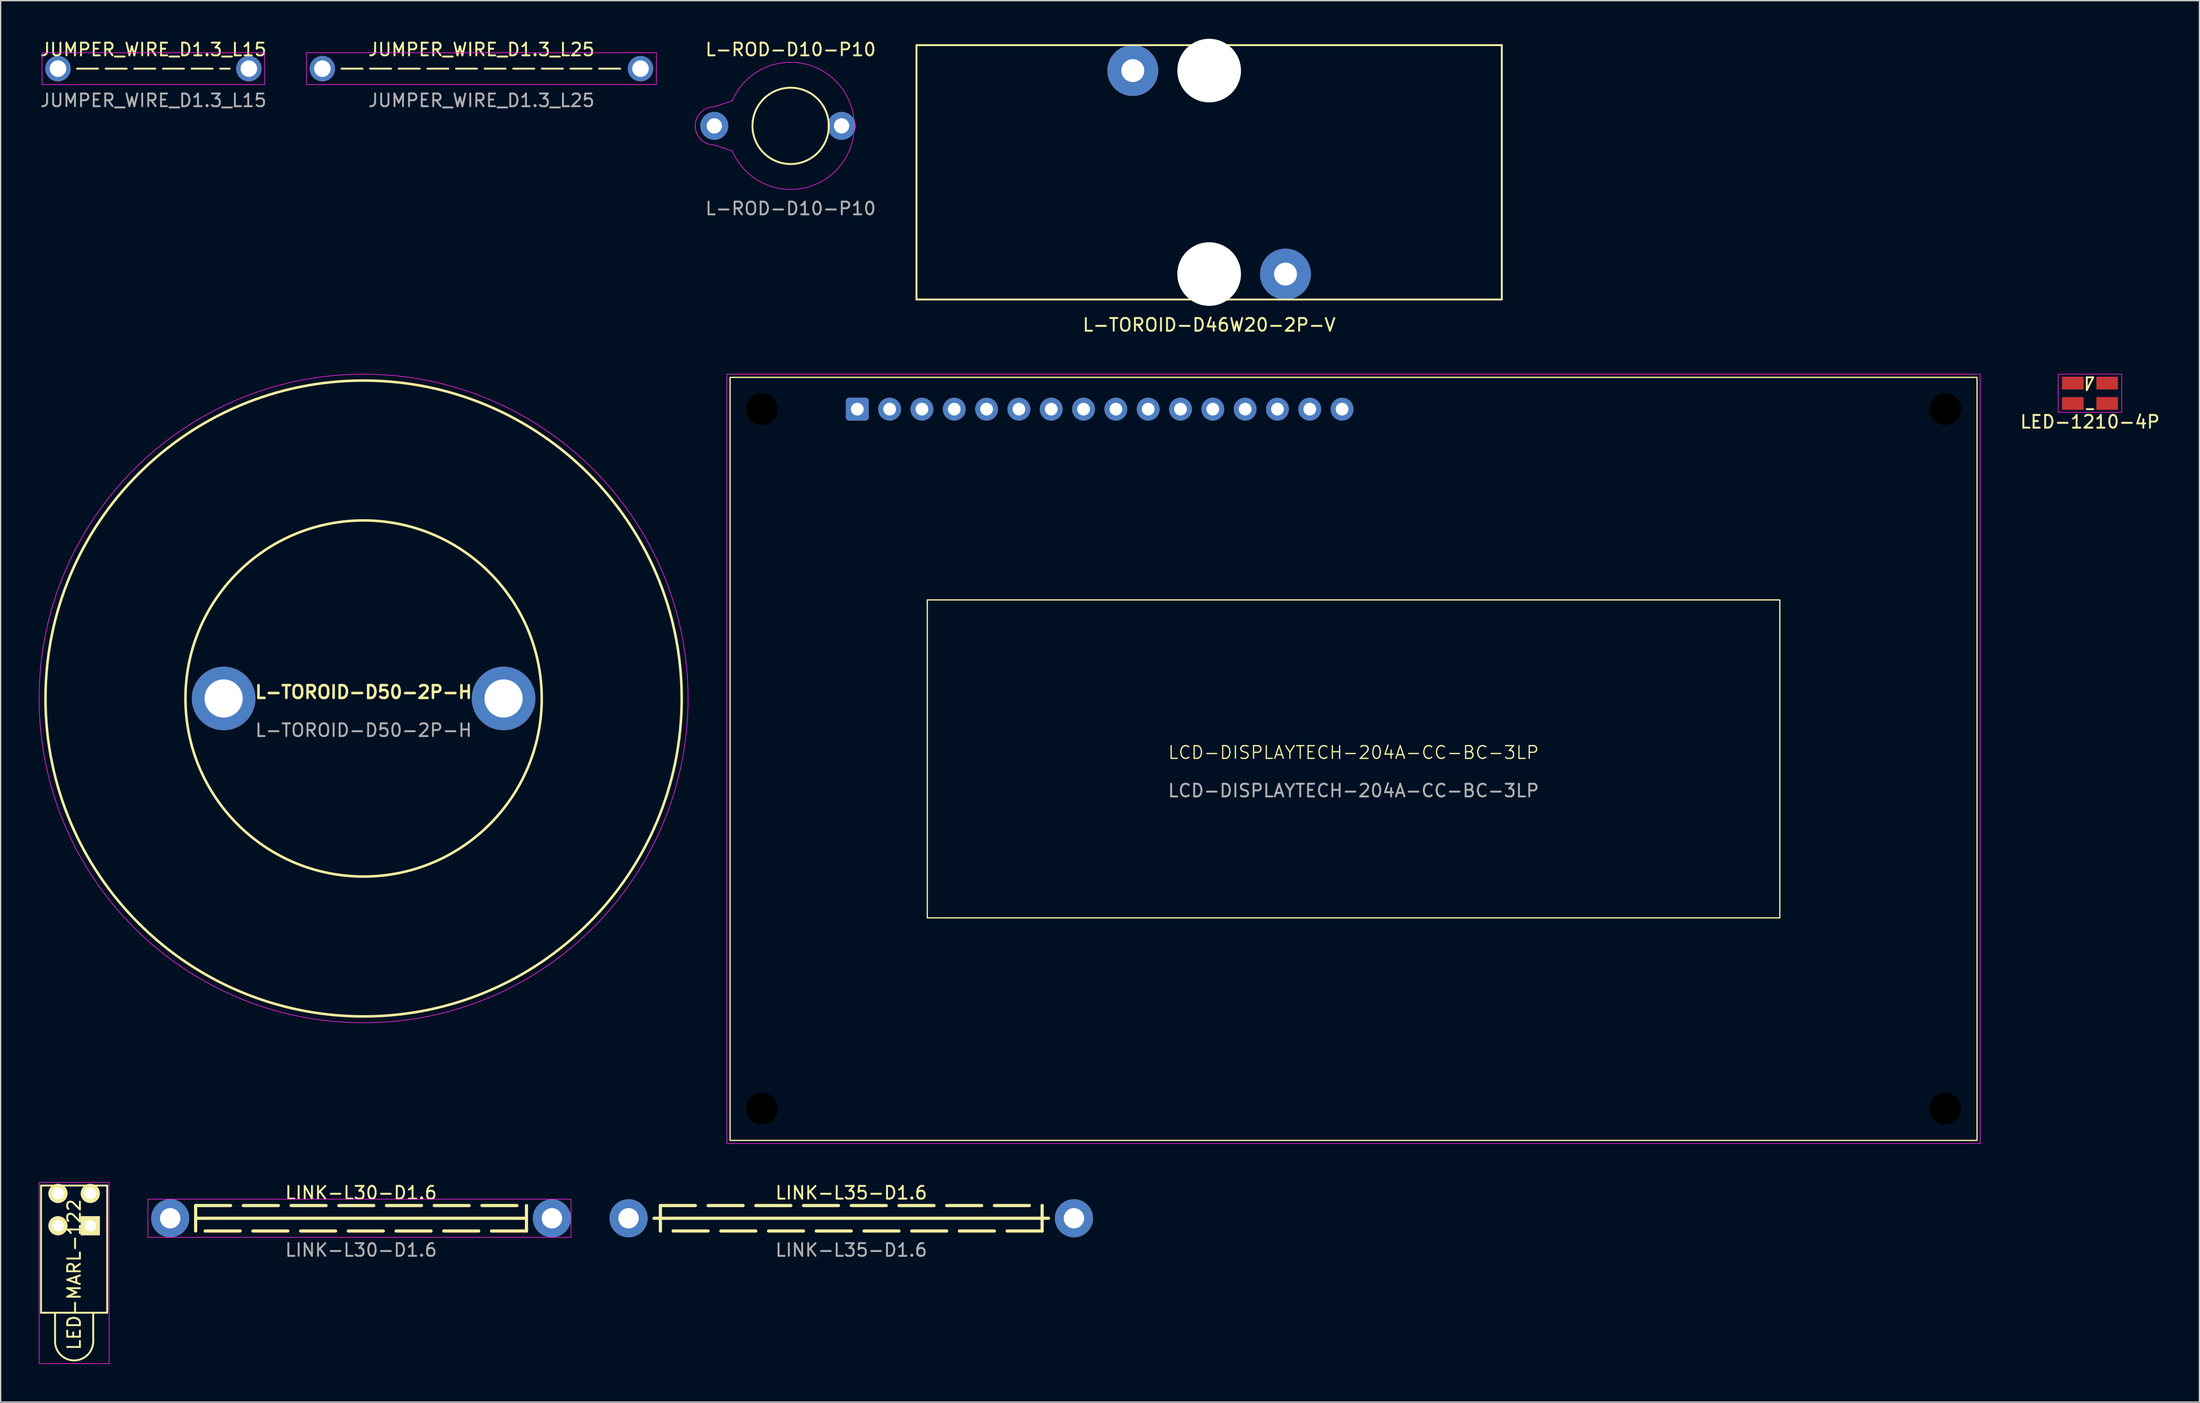
<source format=kicad_pcb>
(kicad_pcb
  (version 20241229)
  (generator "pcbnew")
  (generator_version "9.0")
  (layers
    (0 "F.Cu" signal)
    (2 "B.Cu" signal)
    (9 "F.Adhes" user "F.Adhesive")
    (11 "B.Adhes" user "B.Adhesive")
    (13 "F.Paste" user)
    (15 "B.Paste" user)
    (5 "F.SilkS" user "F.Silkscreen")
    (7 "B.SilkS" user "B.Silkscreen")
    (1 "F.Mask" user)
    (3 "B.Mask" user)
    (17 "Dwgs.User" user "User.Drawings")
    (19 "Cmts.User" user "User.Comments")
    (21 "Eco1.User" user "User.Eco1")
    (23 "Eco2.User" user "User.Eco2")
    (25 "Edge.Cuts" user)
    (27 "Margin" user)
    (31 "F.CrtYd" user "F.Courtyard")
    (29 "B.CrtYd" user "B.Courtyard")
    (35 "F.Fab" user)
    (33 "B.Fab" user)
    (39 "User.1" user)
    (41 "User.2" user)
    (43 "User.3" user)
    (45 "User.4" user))
  (footprint "L-TOROID-D50-2P-H"
    (layer "F.Cu")
    (at 25.525 51.873)
    (property "Reference" "L-TOROID-D50-2P-H" (at 0 -0.5 0) (unlocked yes) (layer "F.SilkS") (effects (font (size 1 1) (thickness 0.2))))
    (attr through_hole)
    (fp_circle (center 0 0) (end 14 0) (stroke (width 0.2) (type default)) (fill no) (layer "F.SilkS"))
    (fp_circle (center 0 0) (end 25 0) (stroke (width 0.2) (type default)) (fill no) (layer "F.SilkS"))
    (fp_circle (center 0 0) (end 25.5 0) (stroke (width 0.05) (type default)) (fill no) (layer "F.CrtYd"))
    (fp_text user "${REFERENCE}" (at 0 2.5 0) (unlocked yes) (layer "F.Fab") (effects (font (size 1 1) (thickness 0.15))))
    (pad "1" thru_hole circle (at -11 0) (size 5 5) (drill 3) (layers "*.Cu" "*.Mask"))
    (pad "2" thru_hole circle (at 11 0) (size 5 5) (drill 3) (layers "*.Cu" "*.Mask")))
  (footprint "LED-MARL-122"
    (layer "F.Cu")
    (at 2.775 100.173)
    (property "Reference" "LED-MARL-122" (at 0 -3 90) (layer "F.SilkS") (effects (font (size 1 1) (thickness 0.15))))
    (attr through_hole)
    (fp_line (start -2.6 -10) (end 2.6 -10) (stroke (width 0.15) (type solid)) (layer "F.SilkS"))
    (fp_line (start -2.6 0) (end -2.6 -10) (stroke (width 0.15) (type solid)) (layer "F.SilkS"))
    (fp_line (start -1.5 0) (end -1.5 2.25) (stroke (width 0.15) (type solid)) (layer "F.SilkS"))
    (fp_line (start 1.5 0) (end 1.5 2.25) (stroke (width 0.15) (type solid)) (layer "F.SilkS"))
    (fp_line (start 2.6 -10) (end 2.6 0) (stroke (width 0.15) (type solid)) (layer "F.SilkS"))
    (fp_line (start 2.6 0) (end -2.6 0) (stroke (width 0.15) (type solid)) (layer "F.SilkS"))
    (fp_arc (start 0 3.75) (mid -1.06066 3.31066) (end -1.5 2.25) (stroke (width 0.15) (type solid)) (layer "F.SilkS"))
    (fp_arc (start 1.5 2.25) (mid 1.06066 3.31066) (end 0 3.75) (stroke (width 0.15) (type solid)) (layer "F.SilkS"))
    (fp_rect (start -2.75 -10.25) (end 2.75 4) (stroke (width 0.05) (type default)) (fill no) (layer "F.CrtYd"))
    (pad "1" thru_hole rect (at 1.27 -6.84) (size 1.5 1.5) (drill 0.9) (layers "*.Cu" "*.Mask" "F.SilkS"))
    (pad "2" thru_hole circle (at -1.27 -6.84) (size 1.5 1.5) (drill 0.9) (layers "*.Cu" "*.Mask" "F.SilkS"))
    (pad "3" thru_hole circle (at 1.27 -9.38) (size 1.5 1.5) (drill 0.9) (layers "*.Cu" "*.Mask" "F.SilkS"))
    (pad "4" thru_hole circle (at -1.27 -9.38) (size 1.5 1.5) (drill 0.9) (layers "*.Cu" "*.Mask" "F.SilkS")))
  (footprint "L-ROD-D10-P10"
    (layer "F.Cu")
    (at 59.087 6.848)
    (property "Reference" "L-ROD-D10-P10" (at 0 -6 0) (unlocked yes) (layer "F.SilkS") (effects (font (size 1 1) (thickness 0.15))))
    (attr through_hole)
    (fp_circle (center 0 0) (end 3 0) (stroke (width 0.15) (type default)) (fill no) (layer "F.SilkS"))
    (fp_line (start -6 -1.5) (end -4.596 -1.97) (stroke (width 0.05) (type default)) (layer "F.CrtYd"))
    (fp_line (start -6 1.5) (end -4.596 1.97) (stroke (width 0.05) (type default)) (layer "F.CrtYd"))
    (fp_arc (start -6 1.5) (mid -7.5 0) (end -6 -1.5) (stroke (width 0.05) (type default)) (layer "F.CrtYd"))
    (fp_arc (start -4.595725 -1.969596) (mid 1.005329 -4.897888) (end 5 0) (stroke (width 0.05) (type default)) (layer "F.CrtYd"))
    (fp_arc (start 5 0) (mid 1.005329 4.897889) (end -4.595725 1.969596) (stroke (width 0.05) (type default)) (layer "F.CrtYd"))
    (fp_text user "${REFERENCE}" (at 0 6.5 0) (unlocked yes) (layer "F.Fab") (effects (font (size 1 1) (thickness 0.15))))
    (pad "1" thru_hole circle (at 4 0) (size 2.2 2.2) (drill 1.2) (layers "*.Cu" "*.Mask"))
    (pad "2" thru_hole circle (at -6 0) (size 2.2 2.2) (drill 1.2) (layers "*.Cu" "*.Mask")))
  (footprint "LINK-L30-D1.6"
    (layer "F.Cu")
    (at 25.325 92.746)
    (property "Reference" "LINK-L30-D1.6" (at 0 -2 0) (unlocked yes) (layer "F.SilkS") (effects (font (size 1 1) (thickness 0.15))))
    (attr through_hole)
    (fp_line (start -13 0) (end 13 0) (stroke (width 0.25) (type default)) (layer "F.SilkS"))
    (fp_rect (start -13 -1) (end 13 1) (stroke (width 0.25) (type dash)) (fill no) (layer "F.SilkS"))
    (fp_rect (start -16.75 -1.5) (end 16.5 1.5) (stroke (width 0.05) (type default)) (fill no) (layer "F.CrtYd"))
    (fp_text user "${REFERENCE}" (at 0 2.5 0) (unlocked yes) (layer "F.Fab") (effects (font (size 1 1) (thickness 0.15))))
    (pad "1" thru_hole circle (at -15 0) (size 3 3) (drill 1.6) (layers "*.Cu" "*.Mask"))
    (pad "2" thru_hole circle (at 15 0) (size 3 3) (drill 1.6) (layers "*.Cu" "*.Mask")))
  (footprint "JUMPER_WIRE_D1.3_L25"
    (layer "F.Cu")
    (at 34.787 2.348)
    (property "Reference" "JUMPER_WIRE_D1.3_L25" (at 0 -1.5 0) (unlocked yes) (layer "F.SilkS") (effects (font (size 1 1) (thickness 0.15))))
    (attr through_hole)
    (fp_line (start -11 0) (end 11 0) (stroke (width 0.15) (type dash)) (layer "F.SilkS"))
    (fp_rect (start -13.75 -1.25) (end 13.75 1.25) (stroke (width 0.05) (type default)) (fill no) (layer "F.CrtYd"))
    (fp_text user "${REFERENCE}" (at 0 2.5 0) (unlocked yes) (layer "F.Fab") (effects (font (size 1 1) (thickness 0.15))))
    (pad "1" thru_hole circle (at -12.5 0) (size 2 2) (drill 1.3) (layers "*.Cu" "*.Mask"))
    (pad "2" thru_hole circle (at 12.5 0) (size 2 2) (drill 1.3) (layers "*.Cu" "*.Mask")))
  (footprint "LINK-L35-D1.6"
    (layer "F.Cu")
    (at 63.85 92.746)
    (property "Reference" "LINK-L35-D1.6" (at 0 -2 0) (unlocked yes) (layer "F.SilkS") (effects (font (size 1 1) (thickness 0.15))))
    (attr through_hole)
    (fp_line (start -15.5 0) (end 15.5 0) (stroke (width 0.25) (type default)) (layer "F.SilkS"))
    (fp_rect (start -15 -1) (end 15 1) (stroke (width 0.25) (type dash)) (fill no) (layer "F.SilkS"))
    (fp_text user "${REFERENCE}" (at 0 2.5 0) (unlocked yes) (layer "F.Fab") (effects (font (size 1 1) (thickness 0.15))))
    (pad "1" thru_hole circle (at -17.5 0) (size 3 3) (drill 1.6) (layers "*.Cu" "*.Mask"))
    (pad "2" thru_hole circle (at 17.5 0) (size 3 3) (drill 1.6) (layers "*.Cu" "*.Mask")))
  (footprint "LCD-DISPLAYTECH-204A-CC-BC-3LP"
    (layer "F.Cu")
    (at 103.325 56.623)
    (property "Reference" "LCD-DISPLAYTECH-204A-CC-BC-3LP" (at 0 -0.5 0) (unlocked yes) (layer "F.SilkS") (effects (font (size 1 1) (thickness 0.1))))
    (attr through_hole)
    (fp_rect (start -49 -30) (end 49 30) (stroke (width 0.1) (type default)) (fill no) (layer "F.SilkS"))
    (fp_rect (start -33.5 -12.5) (end 33.5 12.5) (stroke (width 0.1) (type default)) (fill no) (layer "F.SilkS"))
    (fp_rect (start -49.25 -30.25) (end 49.25 30.25) (stroke (width 0.05) (type default)) (fill no) (layer "F.CrtYd"))
    (fp_text user "${REFERENCE}" (at 0 2.5 0) (unlocked yes) (layer "F.Fab") (effects (font (size 1 1) (thickness 0.15))))
    (pad "" np_thru_hole circle (at -46.5 -27.5) (size 2.5 2.5) (drill 2.5) (layers "*.Mask"))
    (pad "" np_thru_hole circle (at -46.5 27.5) (size 2.5 2.5) (drill 2.5) (layers "*.Mask"))
    (pad "" np_thru_hole circle (at 46.5 -27.5) (size 2.5 2.5) (drill 2.5) (layers "*.Mask"))
    (pad "" np_thru_hole circle (at 46.5 27.5) (size 2.5 2.5) (drill 2.5) (layers "*.Mask"))
    (pad "1" thru_hole roundrect (at -39 -27.5) (size 1.8 1.8) (drill 1) (layers "*.Cu" "*.Mask") (roundrect_rratio 0.139))
    (pad "2" thru_hole circle (at -36.46 -27.5) (size 1.8 1.8) (drill 1) (layers "*.Cu" "*.Mask"))
    (pad "3" thru_hole circle (at -33.92 -27.5) (size 1.8 1.8) (drill 1) (layers "*.Cu" "*.Mask"))
    (pad "4" thru_hole circle (at -31.38 -27.5) (size 1.8 1.8) (drill 1) (layers "*.Cu" "*.Mask"))
    (pad "5" thru_hole circle (at -28.84 -27.5) (size 1.8 1.8) (drill 1) (layers "*.Cu" "*.Mask"))
    (pad "6" thru_hole circle (at -26.3 -27.5) (size 1.8 1.8) (drill 1) (layers "*.Cu" "*.Mask"))
    (pad "7" thru_hole circle (at -23.76 -27.5) (size 1.8 1.8) (drill 1) (layers "*.Cu" "*.Mask"))
    (pad "8" thru_hole circle (at -21.22 -27.5) (size 1.8 1.8) (drill 1) (layers "*.Cu" "*.Mask"))
    (pad "9" thru_hole circle (at -18.68 -27.5) (size 1.8 1.8) (drill 1) (layers "*.Cu" "*.Mask"))
    (pad "10" thru_hole circle (at -16.14 -27.5) (size 1.8 1.8) (drill 1) (layers "*.Cu" "*.Mask"))
    (pad "11" thru_hole circle (at -13.6 -27.5) (size 1.8 1.8) (drill 1) (layers "*.Cu" "*.Mask"))
    (pad "12" thru_hole circle (at -11.06 -27.5) (size 1.8 1.8) (drill 1) (layers "*.Cu" "*.Mask"))
    (pad "13" thru_hole circle (at -8.52 -27.5) (size 1.8 1.8) (drill 1) (layers "*.Cu" "*.Mask"))
    (pad "14" thru_hole circle (at -5.98 -27.5) (size 1.8 1.8) (drill 1) (layers "*.Cu" "*.Mask"))
    (pad "15" thru_hole circle (at -3.44 -27.5) (size 1.8 1.8) (drill 1) (layers "*.Cu" "*.Mask"))
    (pad "16" thru_hole circle (at -0.9 -27.5) (size 1.8 1.8) (drill 1) (layers "*.Cu" "*.Mask")))
  (footprint "JUMPER_WIRE_D1.3_L15"
    (layer "F.Cu")
    (at 9.006 2.348)
    (property "Reference" "JUMPER_WIRE_D1.3_L15" (at 0 -1.5 0) (unlocked yes) (layer "F.SilkS") (effects (font (size 1 1) (thickness 0.15))))
    (attr through_hole)
    (fp_line (start -6 0) (end 6 0) (stroke (width 0.15) (type dash)) (layer "F.SilkS"))
    (fp_rect (start -8.75 -1.25) (end 8.75 1.25) (stroke (width 0.05) (type default)) (fill no) (layer "F.CrtYd"))
    (fp_text user "${REFERENCE}" (at 0 2.5 0) (unlocked yes) (layer "F.Fab") (effects (font (size 1 1) (thickness 0.15))))
    (pad "1" thru_hole circle (at -7.5 0) (size 2 2) (drill 1.3) (layers "*.Cu" "*.Mask"))
    (pad "2" thru_hole circle (at 7.5 0) (size 2 2) (drill 1.3) (layers "*.Cu" "*.Mask")))
  (footprint "L-TOROID-D46W20-2P-V"
    (layer "F.Cu")
    (at 91.977 10.5)
    (property "Reference" "L-TOROID-D46W20-2P-V" (at 0 12 0) (layer "F.SilkS") (effects (font (size 1 1) (thickness 0.15))))
    (attr through_hole)
    (fp_line (start -23 -10) (end 23 -10) (stroke (width 0.15) (type solid)) (layer "F.SilkS"))
    (fp_line (start -23 10) (end -23 -10) (stroke (width 0.15) (type solid)) (layer "F.SilkS"))
    (fp_line (start 23 -10) (end 23 10) (stroke (width 0.15) (type solid)) (layer "F.SilkS"))
    (fp_line (start 23 10) (end -23 10) (stroke (width 0.15) (type solid)) (layer "F.SilkS"))
    (pad "" np_thru_hole circle (at 0 -8) (size 5 5) (drill 5) (layers "*.Cu" "*.Mask"))
    (pad "" np_thru_hole circle (at 0 8) (size 5 5) (drill 5) (layers "*.Cu" "*.Mask"))
    (pad "1" thru_hole circle (at -6 -8) (size 4 4) (drill 1.8) (layers "*.Cu" "*.Mask"))
    (pad "2" thru_hole circle (at 6 8) (size 4 4) (drill 1.8) (layers "*.Cu" "*.Mask")))
  (footprint "LED-1210-4P"
    (layer "F.Cu")
    (at 161.201 27.873)
    (property "Reference" "LED-1210-4P" (at 0 2.25 0) (layer "F.SilkS") (effects (font (size 1 1) (thickness 0.15))))
    (attr through_hole)
    (fp_line (start -0.25 -1.25) (end -0.25 -0.25) (stroke (width 0.15) (type solid)) (layer "F.SilkS"))
    (fp_line (start -0.25 -1.25) (end 0.25 -1.25) (stroke (width 0.15) (type solid)) (layer "F.SilkS"))
    (fp_line (start -0.25 1.25) (end 0.25 1.25) (stroke (width 0.15) (type solid)) (layer "F.SilkS"))
    (fp_line (start 0.25 -1.25) (end -0.25 -0.25) (stroke (width 0.15) (type solid)) (layer "F.SilkS"))
    (fp_rect (start -2.5 -1.5) (end 2.5 1.5) (stroke (width 0.05) (type default)) (fill no) (layer "F.CrtYd"))
    (pad "1" smd rect (at -1.35 -0.8) (size 1.7 1) (layers "F.Cu" "F.Mask" "F.Paste"))
    (pad "2" smd rect (at 1.35 -0.8) (size 1.7 1) (layers "F.Cu" "F.Mask" "F.Paste"))
    (pad "3" smd rect (at -1.35 0.8) (size 1.7 1) (layers "F.Cu" "F.Mask" "F.Paste"))
    (pad "4" smd rect (at 1.35 0.8) (size 1.7 1) (layers "F.Cu" "F.Mask" "F.Paste")))
  (gr_rect
    (start -3 -3)
    (end 169.802 107.198)
    (stroke (width 0.1) (type default))
    (fill no)
    (layer "Edge.Cuts")))
</source>
